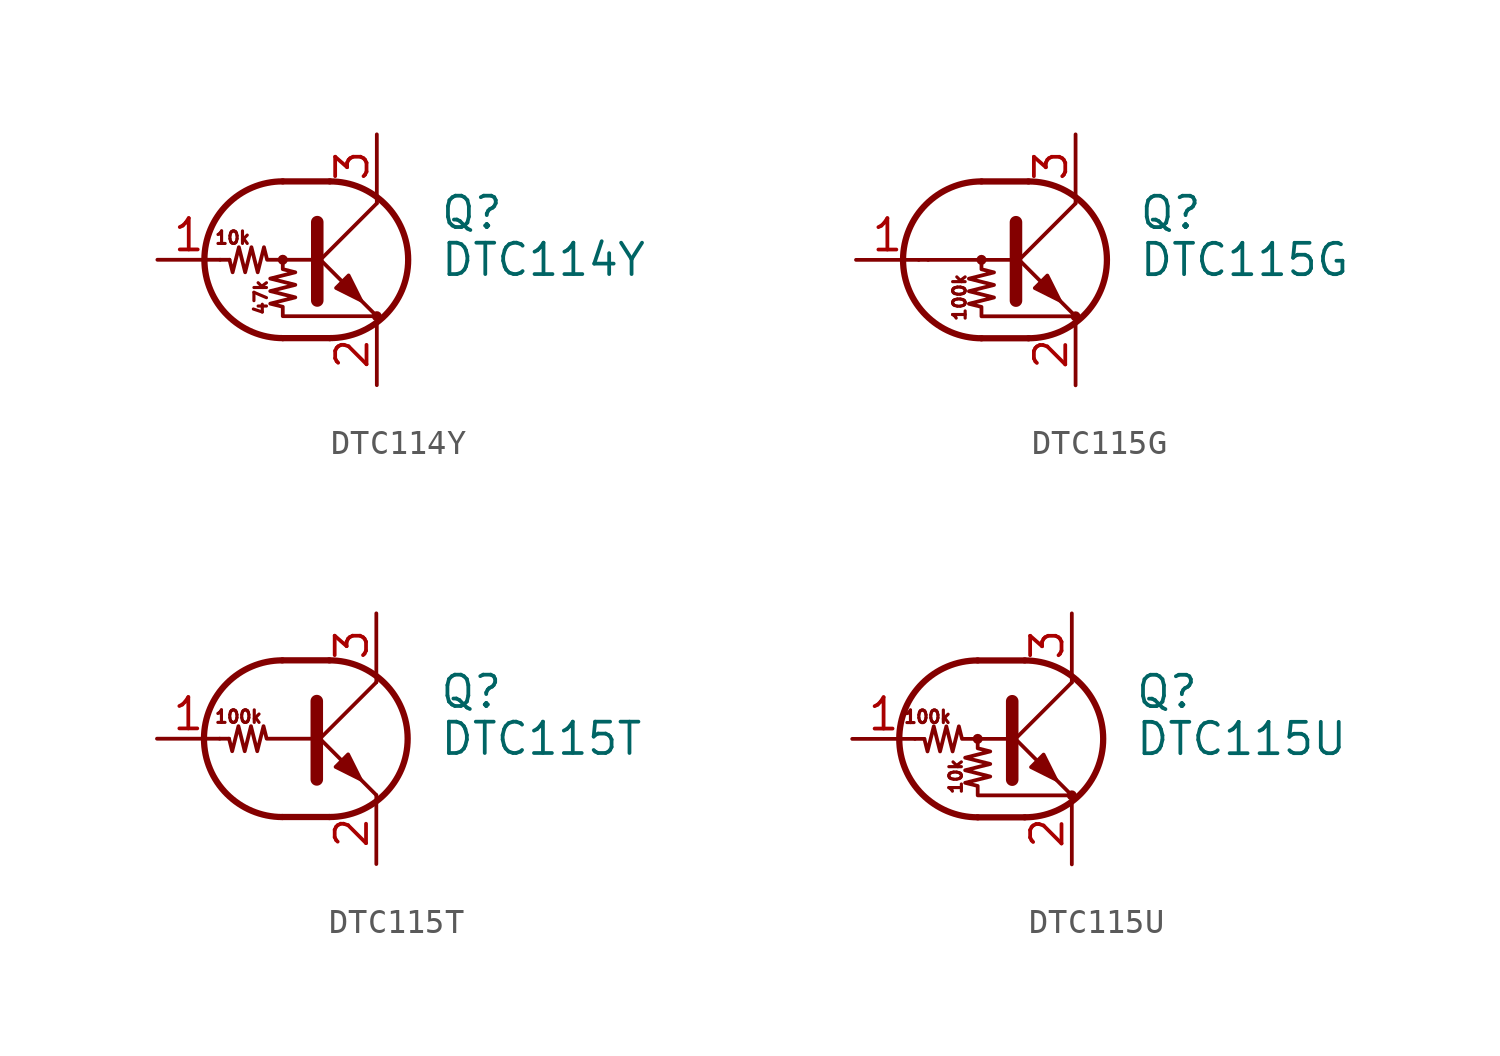
<source format=kicad_sym>
(kicad_symbol_lib
  (version 20201005)
  (generator kicad_symbol_editor)
  (symbol "DTC114Y"
    (pin_names
      (offset 0) hide)
    (property "Reference" "Q"
      (at 5.08 1.905 0)
      (effects (font (size 1.27 1.27)) (justify left)))
    (property "Value" "DTC114Y"
      (at 5.08 0 0)
      (effects (font (size 1.27 1.27)) (justify left)))
    (symbol "DTC114Y_0_0"
      (text "10k" (at -3.302 0.889 0) (effects (font (size 0.508 0.508))))
      (text "47k" (at -2.159 -1.524 900) (effects (font (size 0.508 0.508)))))
    (symbol "DTC114Y_0_1"
      (arc (start -1.27 3.175) (end -1.27 -3.175) (radius (at -1.27 0) (length 3.175) (angles 90.1 -90.1)) (stroke (width 0.254)) (fill (type none)))
      (arc (start 0.635 -3.175) (end 0.635 3.175) (radius (at 0.635 0) (length 3.175) (angles -89.9 89.9)) (stroke (width 0.254)) (fill (type none)))
      (circle (center -1.27 0) (radius 0.127) (stroke (width 0)) (fill (type none)))
      (circle (center 2.54 -2.286) (radius 0.127) (stroke (width 0)) (fill (type none)))
      (polyline (pts (xy -3.429 0) (xy -3.81 0)) (stroke (width 0)) (fill (type none)))
      (polyline (pts (xy -1.27 -3.175) (xy 0.635 -3.175)) (stroke (width 0.254)) (fill (type none)))
      (polyline (pts (xy -1.27 3.175) (xy 0.635 3.175)) (stroke (width 0.254)) (fill (type none)))
      (polyline (pts (xy 0 -0.254) (xy 2.54 2.286)) (stroke (width 0)) (fill (type none)))
      (polyline (pts (xy 2.54 2.286) (xy 2.54 2.54)) (stroke (width 0)) (fill (type none)))
      (polyline (pts (xy 2.54 -2.286) (xy 0 0.254) (xy 0 0.254)) (stroke (width 0)) (fill (type none)))
      (polyline (pts (xy 0 0) (xy -1.905 0) (xy -2.032 0.508) (xy -2.286 -0.508) (xy -2.54 0.508) (xy -2.794 -0.508) (xy -3.048 0.508) (xy -3.302 -0.508) (xy -3.429 0)) (stroke (width 0)) (fill (type none)))
      (polyline (pts (xy -1.27 0) (xy -1.27 -0.381) (xy -0.762 -0.508) (xy -1.778 -0.762) (xy -0.762 -1.016) (xy -1.778 -1.27) (xy -0.762 -1.524) (xy -1.778 -1.778) (xy -1.27 -1.905) (xy -1.27 -2.286) (xy 2.54 -2.286)) (stroke (width 0)) (fill (type none)))
      (polyline (pts (xy 0.127 1.524) (xy 0.127 -1.651)) (stroke (width 0.508)) (fill (type outline)))
      (polyline (pts (xy 0.889 -1.143) (xy 1.397 -0.635) (xy 1.905 -1.651) (xy 0.889 -1.143)) (stroke (width 0)) (fill (type outline))))
    (symbol "DTC114Y_1_1"
      (pin input line (at -6.35 0 0) (length 2.54) (name "B" (effects (font (size 1.27 1.27)))) (number "1" (effects (font (size 1.27 1.27)))))
      (pin passive line (at 2.54 -5.08 90) (length 2.54) (name "E" (effects (font (size 1.27 1.27)))) (number "2" (effects (font (size 1.27 1.27)))))
      (pin passive line (at 2.54 5.08 270) (length 2.54) (name "C" (effects (font (size 1.27 1.27)))) (number "3" (effects (font (size 1.27 1.27)))))))
  (symbol "DTC115G"
    (pin_names
      (offset 0) hide)
    (property "Reference" "Q"
      (at 5.08 1.905 0)
      (effects (font (size 1.27 1.27)) (justify left)))
    (property "Value" "DTC115G"
      (at 5.08 0 0)
      (effects (font (size 1.27 1.27)) (justify left)))
    (symbol "DTC115G_0_0"
      (text "100k" (at -2.159 -1.524 900) (effects (font (size 0.508 0.508))))
      (polyline (pts (xy -3.429 0) (xy 0 0)) (stroke (width 0)) (fill (type none))))
    (symbol "DTC115G_0_1"
      (arc (start -1.27 3.175) (end -1.27 -3.175) (radius (at -1.27 0) (length 3.175) (angles 90.1 -90.1)) (stroke (width 0.254)) (fill (type none)))
      (arc (start 0.635 -3.175) (end 0.635 3.175) (radius (at 0.635 0) (length 3.175) (angles -89.9 89.9)) (stroke (width 0.254)) (fill (type none)))
      (circle (center -1.27 0) (radius 0.127) (stroke (width 0)) (fill (type none)))
      (circle (center 2.54 -2.286) (radius 0.127) (stroke (width 0)) (fill (type none)))
      (polyline (pts (xy -3.429 0) (xy -3.81 0)) (stroke (width 0)) (fill (type none)))
      (polyline (pts (xy -1.27 -3.175) (xy 0.635 -3.175)) (stroke (width 0.254)) (fill (type none)))
      (polyline (pts (xy -1.27 3.175) (xy 0.635 3.175)) (stroke (width 0.254)) (fill (type none)))
      (polyline (pts (xy 0 -0.254) (xy 2.54 2.286)) (stroke (width 0)) (fill (type none)))
      (polyline (pts (xy 2.54 2.286) (xy 2.54 2.54)) (stroke (width 0)) (fill (type none)))
      (polyline (pts (xy 2.54 -2.286) (xy 0 0.254) (xy 0 0.254)) (stroke (width 0)) (fill (type none)))
      (polyline (pts (xy -1.27 0) (xy -1.27 -0.381) (xy -0.762 -0.508) (xy -1.778 -0.762) (xy -0.762 -1.016) (xy -1.778 -1.27) (xy -0.762 -1.524) (xy -1.778 -1.778) (xy -1.27 -1.905) (xy -1.27 -2.286) (xy 2.54 -2.286)) (stroke (width 0)) (fill (type none)))
      (polyline (pts (xy 0.127 1.524) (xy 0.127 -1.651)) (stroke (width 0.508)) (fill (type outline)))
      (polyline (pts (xy 0.889 -1.143) (xy 1.397 -0.635) (xy 1.905 -1.651) (xy 0.889 -1.143)) (stroke (width 0)) (fill (type outline))))
    (symbol "DTC115G_1_1"
      (pin input line (at -6.35 0 0) (length 2.54) (name "B" (effects (font (size 1.27 1.27)))) (number "1" (effects (font (size 1.27 1.27)))))
      (pin passive line (at 2.54 -5.08 90) (length 2.54) (name "E" (effects (font (size 1.27 1.27)))) (number "2" (effects (font (size 1.27 1.27)))))
      (pin passive line (at 2.54 5.08 270) (length 2.54) (name "C" (effects (font (size 1.27 1.27)))) (number "3" (effects (font (size 1.27 1.27)))))))
  (symbol "DTC115T"
    (pin_names
      (offset 0) hide)
    (property "Reference" "Q"
      (at 5.08 1.905 0)
      (effects (font (size 1.27 1.27)) (justify left)))
    (property "Value" "DTC115T"
      (at 5.08 0 0)
      (effects (font (size 1.27 1.27)) (justify left)))
    (symbol "DTC115T_0_0"
      (text "100k" (at -3.048 0.889 0) (effects (font (size 0.508 0.508))))
      (polyline (pts (xy 2.54 -2.286) (xy 2.54 -2.54)) (stroke (width 0)) (fill (type none))))
    (symbol "DTC115T_0_1"
      (arc (start -1.27 3.175) (end -1.27 -3.175) (radius (at -1.27 0) (length 3.175) (angles 90.1 -90.1)) (stroke (width 0.254)) (fill (type none)))
      (arc (start 0.635 -3.175) (end 0.635 3.175) (radius (at 0.635 0) (length 3.175) (angles -89.9 89.9)) (stroke (width 0.254)) (fill (type none)))
      (polyline (pts (xy -3.429 0) (xy -3.81 0)) (stroke (width 0)) (fill (type none)))
      (polyline (pts (xy -1.27 -3.175) (xy 0.635 -3.175)) (stroke (width 0.254)) (fill (type none)))
      (polyline (pts (xy -1.27 3.175) (xy 0.635 3.175)) (stroke (width 0.254)) (fill (type none)))
      (polyline (pts (xy 0 -0.254) (xy 2.54 2.286)) (stroke (width 0)) (fill (type none)))
      (polyline (pts (xy 2.54 2.286) (xy 2.54 2.54)) (stroke (width 0)) (fill (type none)))
      (polyline (pts (xy 2.54 -2.286) (xy 0 0.254) (xy 0 0.254)) (stroke (width 0)) (fill (type none)))
      (polyline (pts (xy 0 0) (xy -1.905 0) (xy -2.032 0.508) (xy -2.286 -0.508) (xy -2.54 0.508) (xy -2.794 -0.508) (xy -3.048 0.508) (xy -3.302 -0.508) (xy -3.429 0)) (stroke (width 0)) (fill (type none)))
      (polyline (pts (xy 0.127 1.524) (xy 0.127 -1.651)) (stroke (width 0.508)) (fill (type outline)))
      (polyline (pts (xy 0.889 -1.143) (xy 1.397 -0.635) (xy 1.905 -1.651) (xy 0.889 -1.143)) (stroke (width 0)) (fill (type outline))))
    (symbol "DTC115T_1_1"
      (pin input line (at -6.35 0 0) (length 2.54) (name "B" (effects (font (size 1.27 1.27)))) (number "1" (effects (font (size 1.27 1.27)))))
      (pin passive line (at 2.54 -5.08 90) (length 2.54) (name "E" (effects (font (size 1.27 1.27)))) (number "2" (effects (font (size 1.27 1.27)))))
      (pin passive line (at 2.54 5.08 270) (length 2.54) (name "C" (effects (font (size 1.27 1.27)))) (number "3" (effects (font (size 1.27 1.27)))))))
  (symbol "DTC115U"
    (pin_names
      (offset 0) hide)
    (property "Reference" "Q"
      (at 5.08 1.905 0)
      (effects (font (size 1.27 1.27)) (justify left)))
    (property "Value" "DTC115U"
      (at 5.08 0 0)
      (effects (font (size 1.27 1.27)) (justify left)))
    (symbol "DTC115U_0_0"
      (text "100k" (at -3.302 0.889 0) (effects (font (size 0.508 0.508))))
      (text "10k" (at -2.159 -1.524 900) (effects (font (size 0.508 0.508)))))
    (symbol "DTC115U_0_1"
      (arc (start -1.27 3.175) (end -1.27 -3.175) (radius (at -1.27 0) (length 3.175) (angles 90.1 -90.1)) (stroke (width 0.254)) (fill (type none)))
      (arc (start 0.635 -3.175) (end 0.635 3.175) (radius (at 0.635 0) (length 3.175) (angles -89.9 89.9)) (stroke (width 0.254)) (fill (type none)))
      (circle (center -1.27 0) (radius 0.127) (stroke (width 0)) (fill (type none)))
      (circle (center 2.54 -2.286) (radius 0.127) (stroke (width 0)) (fill (type none)))
      (polyline (pts (xy -3.429 0) (xy -3.81 0)) (stroke (width 0)) (fill (type none)))
      (polyline (pts (xy -1.27 -3.175) (xy 0.635 -3.175)) (stroke (width 0.254)) (fill (type none)))
      (polyline (pts (xy -1.27 3.175) (xy 0.635 3.175)) (stroke (width 0.254)) (fill (type none)))
      (polyline (pts (xy 0 -0.254) (xy 2.54 2.286)) (stroke (width 0)) (fill (type none)))
      (polyline (pts (xy 2.54 2.286) (xy 2.54 2.54)) (stroke (width 0)) (fill (type none)))
      (polyline (pts (xy 2.54 -2.286) (xy 0 0.254) (xy 0 0.254)) (stroke (width 0)) (fill (type none)))
      (polyline (pts (xy 0 0) (xy -1.905 0) (xy -2.032 0.508) (xy -2.286 -0.508) (xy -2.54 0.508) (xy -2.794 -0.508) (xy -3.048 0.508) (xy -3.302 -0.508) (xy -3.429 0)) (stroke (width 0)) (fill (type none)))
      (polyline (pts (xy -1.27 0) (xy -1.27 -0.381) (xy -0.762 -0.508) (xy -1.778 -0.762) (xy -0.762 -1.016) (xy -1.778 -1.27) (xy -0.762 -1.524) (xy -1.778 -1.778) (xy -1.27 -1.905) (xy -1.27 -2.286) (xy 2.54 -2.286)) (stroke (width 0)) (fill (type none)))
      (polyline (pts (xy 0.127 1.524) (xy 0.127 -1.651)) (stroke (width 0.508)) (fill (type outline)))
      (polyline (pts (xy 0.889 -1.143) (xy 1.397 -0.635) (xy 1.905 -1.651) (xy 0.889 -1.143)) (stroke (width 0)) (fill (type outline))))
    (symbol "DTC115U_1_1"
      (pin input line (at -6.35 0 0) (length 2.54) (name "B" (effects (font (size 1.27 1.27)))) (number "1" (effects (font (size 1.27 1.27)))))
      (pin passive line (at 2.54 -5.08 90) (length 2.54) (name "E" (effects (font (size 1.27 1.27)))) (number "2" (effects (font (size 1.27 1.27)))))
      (pin passive line (at 2.54 5.08 270) (length 2.54) (name "C" (effects (font (size 1.27 1.27)))) (number "3" (effects (font (size 1.27 1.27))))))))
</source>
